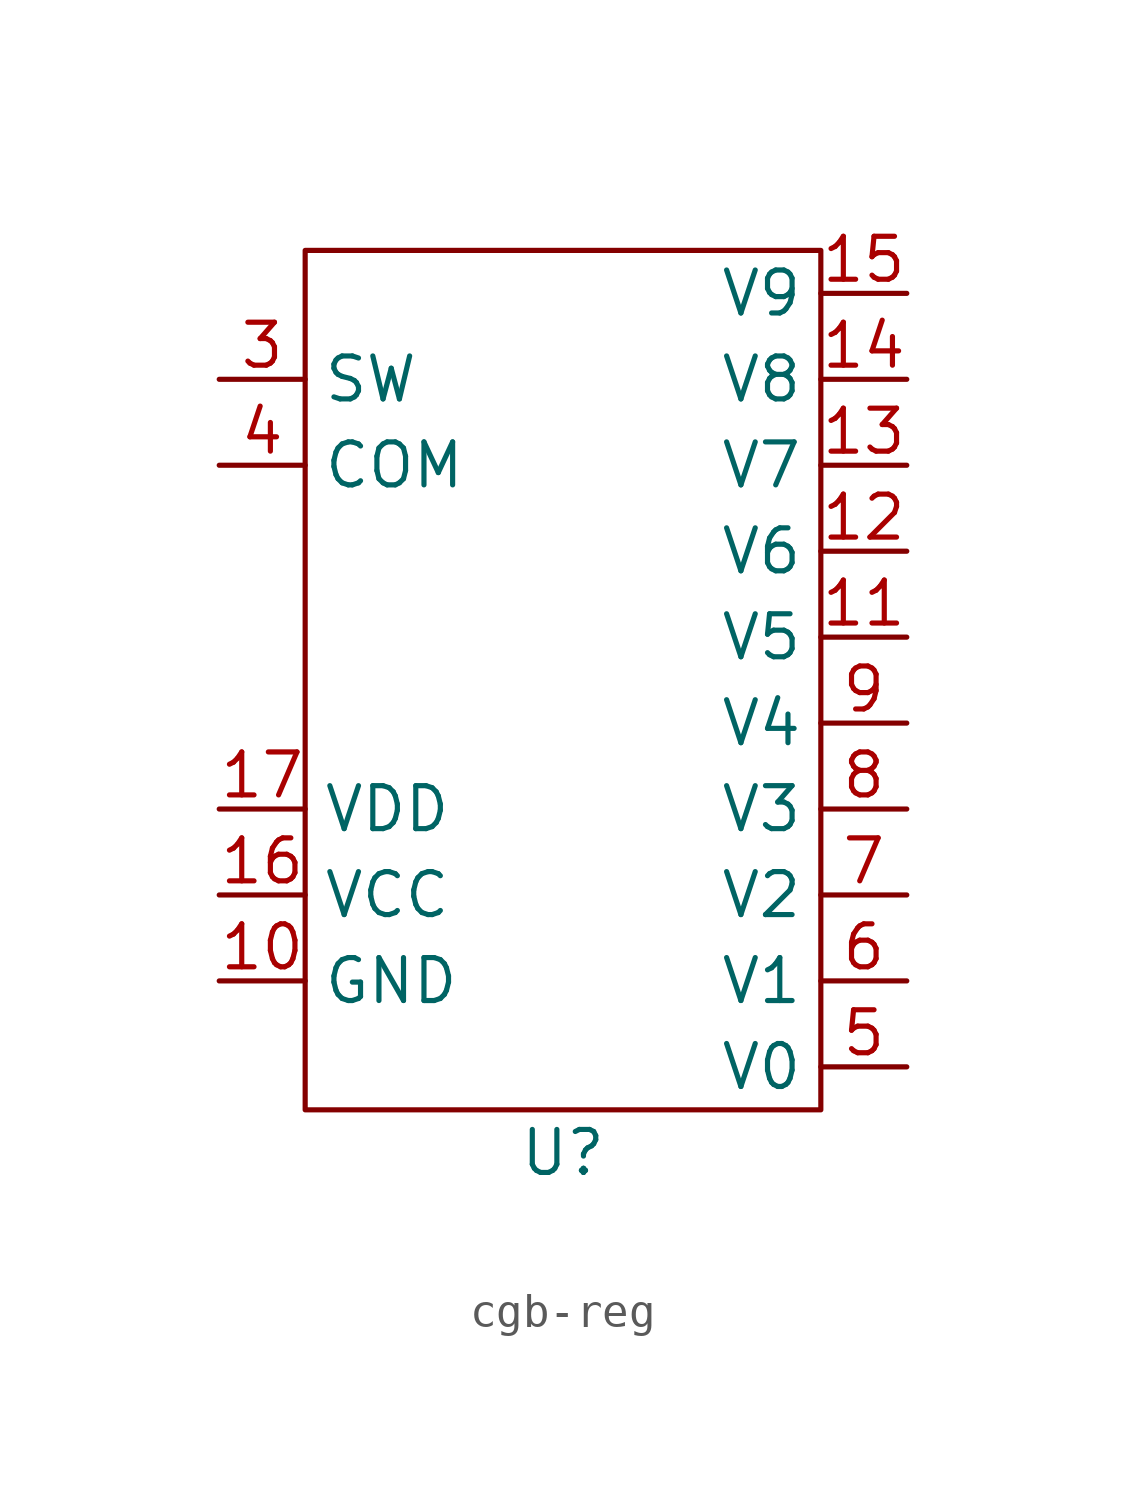
<source format=kicad_sym>
(kicad_symbol_lib
  (version 20220914)
  (generator kicad_symbol_editor)
  (symbol "cgb-reg"
    (property "Reference" "U"
      (at 0 -13.97 0)
      (effects (font (size 1.27 1.27))))
    (property "Value" ""
      (at 0 2.54 0)
      (effects (font (size 1.27 1.27))))
    (symbol "cgb-reg_0_1"
      (rectangle (start -7.62 -12.7) (end 7.62 12.7) (stroke (width 0) (type default)) (fill (type none))))
    (symbol "cgb-reg_1_1"
      (pin input line (at -10.16 -8.89 0) (length 2.54) (name "GND" (effects (font (size 1.27 1.27)))) (number "10" (effects (font (size 1.27 1.27)))))
      (pin output line (at 10.16 1.27 180) (length 2.54) (name "V5" (effects (font (size 1.27 1.27)))) (number "11" (effects (font (size 1.27 1.27)))))
      (pin output line (at 10.16 3.81 180) (length 2.54) (name "V6" (effects (font (size 1.27 1.27)))) (number "12" (effects (font (size 1.27 1.27)))))
      (pin output line (at 10.16 6.35 180) (length 2.54) (name "V7" (effects (font (size 1.27 1.27)))) (number "13" (effects (font (size 1.27 1.27)))))
      (pin output line (at 10.16 8.89 180) (length 2.54) (name "V8" (effects (font (size 1.27 1.27)))) (number "14" (effects (font (size 1.27 1.27)))))
      (pin output line (at 10.16 11.43 180) (length 2.54) (name "V9" (effects (font (size 1.27 1.27)))) (number "15" (effects (font (size 1.27 1.27)))))
      (pin input line (at -10.16 -6.35 0) (length 2.54) (name "VCC" (effects (font (size 1.27 1.27)))) (number "16" (effects (font (size 1.27 1.27)))))
      (pin input line (at -10.16 -3.81 0) (length 2.54) (name "VDD" (effects (font (size 1.27 1.27)))) (number "17" (effects (font (size 1.27 1.27)))))
      (pin input line (at -10.16 8.89 0) (length 2.54) (name "SW" (effects (font (size 1.27 1.27)))) (number "3" (effects (font (size 1.27 1.27)))))
      (pin output line (at -10.16 6.35 0) (length 2.54) (name "COM" (effects (font (size 1.27 1.27)))) (number "4" (effects (font (size 1.27 1.27)))))
      (pin output line (at 10.16 -11.43 180) (length 2.54) (name "V0" (effects (font (size 1.27 1.27)))) (number "5" (effects (font (size 1.27 1.27)))))
      (pin output line (at 10.16 -8.89 180) (length 2.54) (name "V1" (effects (font (size 1.27 1.27)))) (number "6" (effects (font (size 1.27 1.27)))))
      (pin output line (at 10.16 -6.35 180) (length 2.54) (name "V2" (effects (font (size 1.27 1.27)))) (number "7" (effects (font (size 1.27 1.27)))))
      (pin output line (at 10.16 -3.81 180) (length 2.54) (name "V3" (effects (font (size 1.27 1.27)))) (number "8" (effects (font (size 1.27 1.27)))))
      (pin output line (at 10.16 -1.27 180) (length 2.54) (name "V4" (effects (font (size 1.27 1.27)))) (number "9" (effects (font (size 1.27 1.27))))))))
</source>
